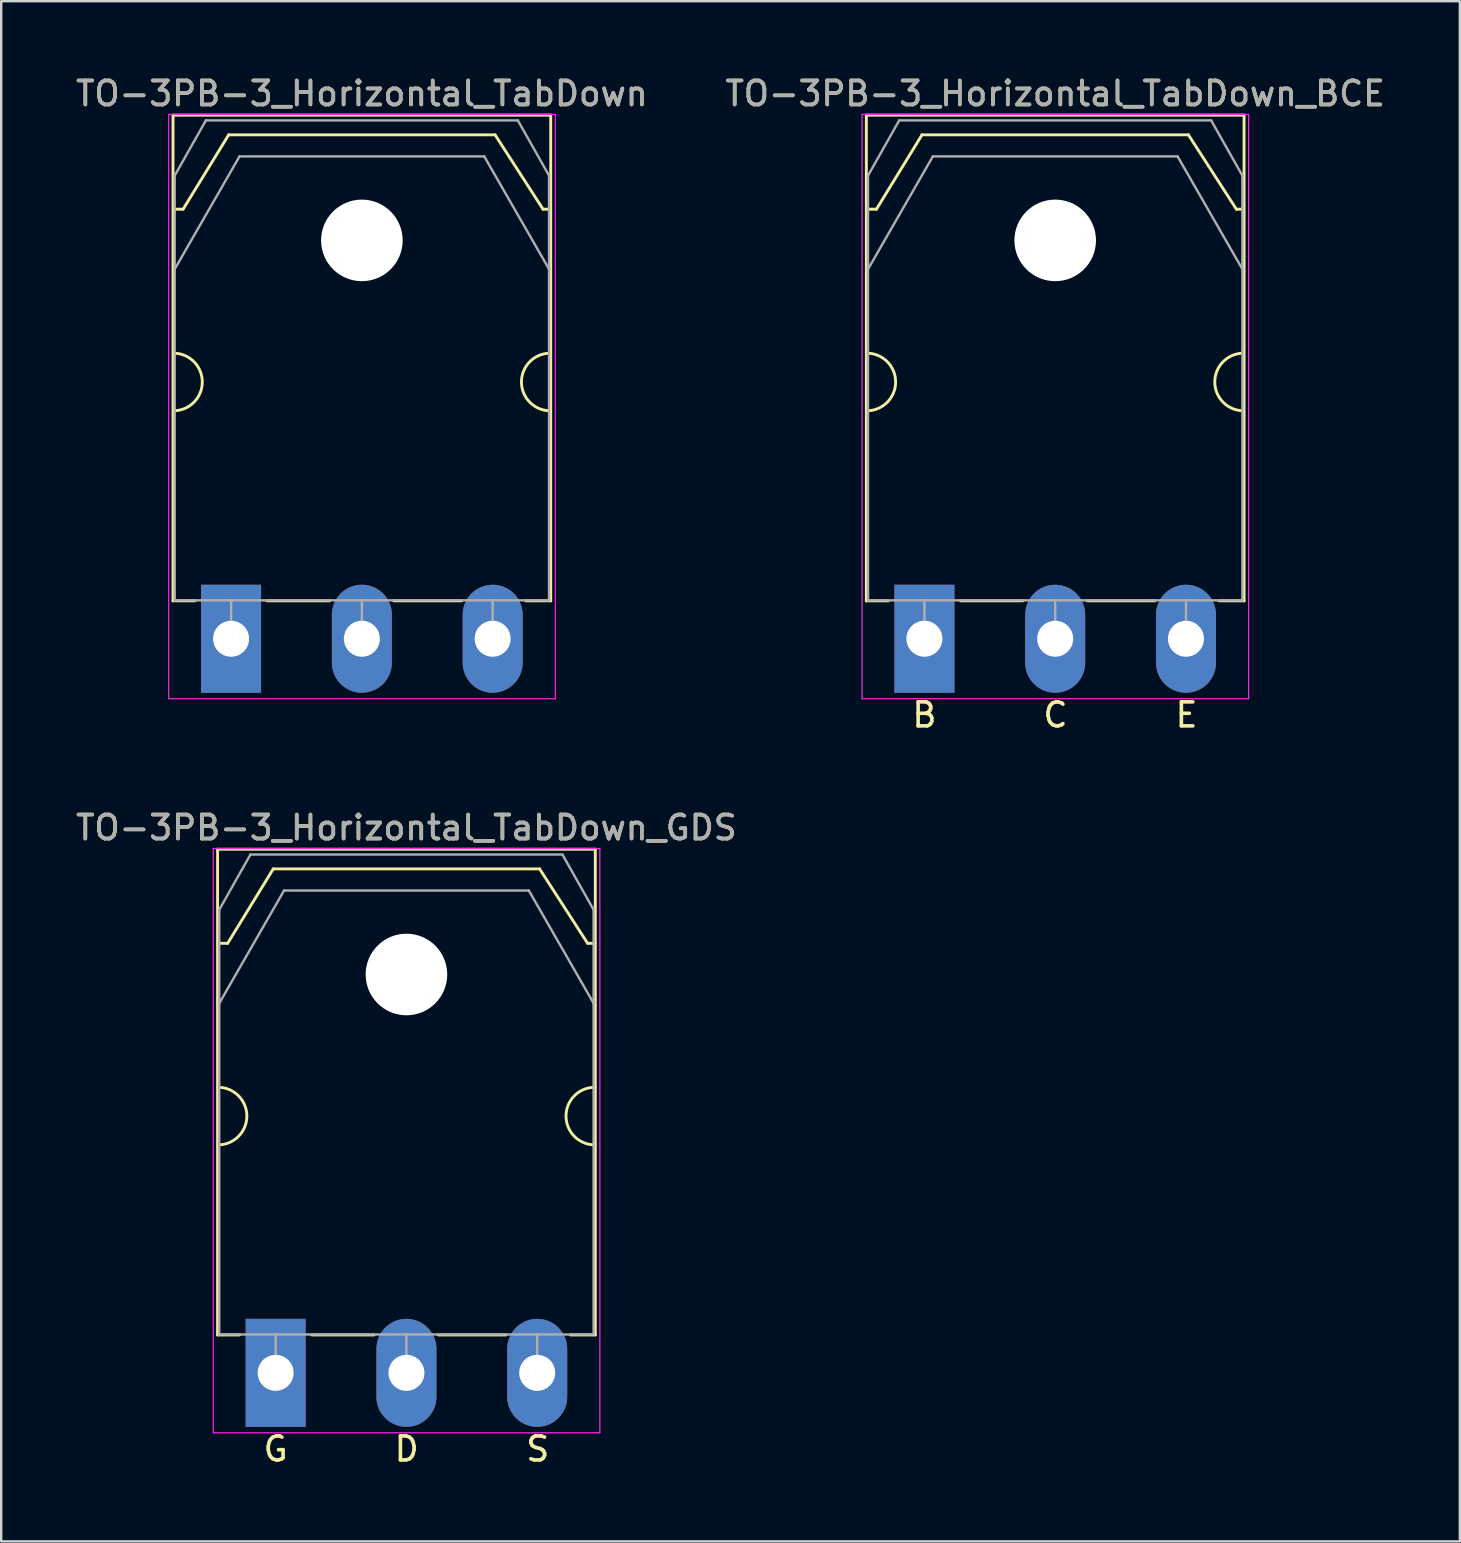
<source format=kicad_pcb>
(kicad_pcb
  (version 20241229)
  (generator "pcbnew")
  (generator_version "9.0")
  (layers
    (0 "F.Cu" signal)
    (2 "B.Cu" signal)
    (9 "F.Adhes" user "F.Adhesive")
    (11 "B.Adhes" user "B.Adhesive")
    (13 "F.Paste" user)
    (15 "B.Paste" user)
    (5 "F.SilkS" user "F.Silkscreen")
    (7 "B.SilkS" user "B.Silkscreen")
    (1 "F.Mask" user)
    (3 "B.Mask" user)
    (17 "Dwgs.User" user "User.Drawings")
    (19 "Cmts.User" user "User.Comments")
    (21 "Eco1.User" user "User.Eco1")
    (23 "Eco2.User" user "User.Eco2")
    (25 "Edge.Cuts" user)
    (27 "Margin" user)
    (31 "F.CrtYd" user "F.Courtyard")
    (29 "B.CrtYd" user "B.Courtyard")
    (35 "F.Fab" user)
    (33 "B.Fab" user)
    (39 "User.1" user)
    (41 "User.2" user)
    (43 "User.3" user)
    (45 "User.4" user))
  (footprint "TO-3PB-3_Horizontal_TabDown_BCE"
    (layer "F.Cu")
    (at 35.473 23.568)
    (property "Reference" "TO-3PB-3_Horizontal_TabDown_BCE" (at 5.45 -22.72 0) (layer "F.SilkS") (effects (font (size 1 1) (thickness 0.15))))
    (fp_line (start -2.42 -21.82) (end -2.42 -1.58) (stroke (width 0.12) (type solid)) (layer "F.SilkS"))
    (fp_line (start -2.42 -21.82) (end 13.32 -21.82) (stroke (width 0.12) (type solid)) (layer "F.SilkS"))
    (fp_line (start -2.42 -1.58) (end -1.5 -1.58) (stroke (width 0.12) (type solid)) (layer "F.SilkS"))
    (fp_line (start -2 -17.9) (end -2.4 -17.9) (stroke (width 0.12) (type solid)) (layer "F.SilkS"))
    (fp_line (start -2 -17.9) (end -0.1 -21) (stroke (width 0.12) (type solid)) (layer "F.SilkS"))
    (fp_line (start -0.1 -21) (end 11 -21) (stroke (width 0.12) (type solid)) (layer "F.SilkS"))
    (fp_line (start 1.5 -1.58) (end 4.1 -1.58) (stroke (width 0.12) (type solid)) (layer "F.SilkS"))
    (fp_line (start 6.78 -1.58) (end 9.6 -1.58) (stroke (width 0.12) (type solid)) (layer "F.SilkS"))
    (fp_line (start 11 -21) (end 13 -17.9) (stroke (width 0.12) (type solid)) (layer "F.SilkS"))
    (fp_line (start 12.28 -1.58) (end 13.32 -1.58) (stroke (width 0.12) (type solid)) (layer "F.SilkS"))
    (fp_line (start 13 -17.9) (end 13.3 -17.9) (stroke (width 0.12) (type solid)) (layer "F.SilkS"))
    (fp_line (start 13.32 -21.82) (end 13.32 -1.58) (stroke (width 0.12) (type solid)) (layer "F.SilkS"))
    (fp_arc (start -2.4 -11.9) (mid -1.2 -10.7) (end -2.4 -9.5) (stroke (width 0.12) (type solid)) (layer "F.SilkS"))
    (fp_arc (start 13.3 -9.5) (mid 12.1 -10.7) (end 13.3 -11.9) (stroke (width 0.12) (type solid)) (layer "F.SilkS"))
    (fp_line (start -2.6 -21.85) (end -2.6 2.5) (stroke (width 0.05) (type solid)) (layer "F.CrtYd"))
    (fp_line (start -2.6 2.5) (end 13.51 2.5) (stroke (width 0.05) (type solid)) (layer "F.CrtYd"))
    (fp_line (start 13.51 -21.85) (end -2.6 -21.85) (stroke (width 0.05) (type solid)) (layer "F.CrtYd"))
    (fp_line (start 13.51 2.5) (end 13.51 -21.85) (stroke (width 0.05) (type solid)) (layer "F.CrtYd"))
    (fp_line (start -2.35 -19.3) (end -1.05 -21.6) (stroke (width 0.1) (type solid)) (layer "F.Fab"))
    (fp_line (start -2.35 -15.401) (end -2.35 -19.3) (stroke (width 0.1) (type solid)) (layer "F.Fab"))
    (fp_line (start -2.35 -15.401) (end 0.351 -20.1) (stroke (width 0.1) (type solid)) (layer "F.Fab"))
    (fp_line (start -2.35 -1.6) (end -2.35 -15.401) (stroke (width 0.1) (type solid)) (layer "F.Fab"))
    (fp_line (start -1.05 -21.6) (end 11.95 -21.6) (stroke (width 0.1) (type solid)) (layer "F.Fab"))
    (fp_line (start 0 -1.6) (end 0 0) (stroke (width 0.1) (type solid)) (layer "F.Fab"))
    (fp_line (start 0.351 -20.1) (end 10.55 -20.1) (stroke (width 0.1) (type solid)) (layer "F.Fab"))
    (fp_line (start 5.45 -1.6) (end 5.45 0) (stroke (width 0.1) (type solid)) (layer "F.Fab"))
    (fp_line (start 10.55 -20.1) (end 13.25 -15.401) (stroke (width 0.1) (type solid)) (layer "F.Fab"))
    (fp_line (start 10.9 -1.6) (end 10.9 0) (stroke (width 0.1) (type solid)) (layer "F.Fab"))
    (fp_line (start 11.95 -21.6) (end 13.25 -19.3) (stroke (width 0.1) (type solid)) (layer "F.Fab"))
    (fp_line (start 13.25 -19.3) (end 13.25 -15.401) (stroke (width 0.1) (type solid)) (layer "F.Fab"))
    (fp_line (start 13.25 -15.401) (end 13.25 -1.6) (stroke (width 0.1) (type solid)) (layer "F.Fab"))
    (fp_line (start 13.25 -1.6) (end -2.35 -1.6) (stroke (width 0.1) (type solid)) (layer "F.Fab"))
    (fp_circle (center 5.45 -16.6) (end 7.05 -16.6) (stroke (width 0.1) (type solid)) (fill no) (layer "F.Fab"))
    (fp_text user "E" (at 10.922 3.175 0) (unlocked yes) (layer "F.SilkS") (effects (font (size 1 1) (thickness 0.15))))
    (fp_text user "B" (at 0 3.175 0) (unlocked yes) (layer "F.SilkS") (effects (font (size 1 1) (thickness 0.15))))
    (fp_text user "C" (at 5.461 3.175 0) (unlocked yes) (layer "F.SilkS") (effects (font (size 1 1) (thickness 0.15))))
    (fp_text user "${REFERENCE}" (at 5.45 -22.72 0) (layer "F.Fab") (effects (font (size 1 1) (thickness 0.15))))
    (pad "" np_thru_hole oval (at 5.45 -16.6) (size 3.4 3.4) (drill 3.4) (layers "*.Cu" "*.Mask"))
    (pad "1" thru_hole rect (at 0 0) (size 2.5 4.5) (drill 1.5) (layers "*.Cu" "*.Mask"))
    (pad "2" thru_hole oval (at 5.45 0) (size 2.5 4.5) (drill 1.5) (layers "*.Cu" "*.Mask"))
    (pad "3" thru_hole oval (at 10.9 0) (size 2.5 4.5) (drill 1.5) (layers "*.Cu" "*.Mask")))
  (footprint "TO-3PB-3_Horizontal_TabDown"
    (layer "F.Cu")
    (at 6.58 23.568)
    (property "Reference" "TO-3PB-3_Horizontal_TabDown" (at 5.45 -22.72 0) (layer "F.SilkS") (effects (font (size 1 1) (thickness 0.15))))
    (attr through_hole)
    (fp_line (start -2.42 -21.82) (end -2.42 -1.58) (stroke (width 0.12) (type solid)) (layer "F.SilkS"))
    (fp_line (start -2.42 -21.82) (end 13.32 -21.82) (stroke (width 0.12) (type solid)) (layer "F.SilkS"))
    (fp_line (start -2.42 -1.58) (end -1.5 -1.58) (stroke (width 0.12) (type solid)) (layer "F.SilkS"))
    (fp_line (start -2 -17.9) (end -2.4 -17.9) (stroke (width 0.12) (type solid)) (layer "F.SilkS"))
    (fp_line (start -2 -17.9) (end -0.1 -21) (stroke (width 0.12) (type solid)) (layer "F.SilkS"))
    (fp_line (start -0.1 -21) (end 11 -21) (stroke (width 0.12) (type solid)) (layer "F.SilkS"))
    (fp_line (start 1.5 -1.58) (end 4.1 -1.58) (stroke (width 0.12) (type solid)) (layer "F.SilkS"))
    (fp_line (start 6.78 -1.58) (end 9.6 -1.58) (stroke (width 0.12) (type solid)) (layer "F.SilkS"))
    (fp_line (start 11 -21) (end 13 -17.9) (stroke (width 0.12) (type solid)) (layer "F.SilkS"))
    (fp_line (start 12.28 -1.58) (end 13.32 -1.58) (stroke (width 0.12) (type solid)) (layer "F.SilkS"))
    (fp_line (start 13 -17.9) (end 13.3 -17.9) (stroke (width 0.12) (type solid)) (layer "F.SilkS"))
    (fp_line (start 13.32 -21.82) (end 13.32 -1.58) (stroke (width 0.12) (type solid)) (layer "F.SilkS"))
    (fp_arc (start -2.4 -11.9) (mid -1.2 -10.7) (end -2.4 -9.5) (stroke (width 0.12) (type solid)) (layer "F.SilkS"))
    (fp_arc (start 13.3 -9.5) (mid 12.1 -10.7) (end 13.3 -11.9) (stroke (width 0.12) (type solid)) (layer "F.SilkS"))
    (fp_line (start -2.6 -21.85) (end -2.6 2.5) (stroke (width 0.05) (type solid)) (layer "F.CrtYd"))
    (fp_line (start -2.6 2.5) (end 13.51 2.5) (stroke (width 0.05) (type solid)) (layer "F.CrtYd"))
    (fp_line (start 13.51 -21.85) (end -2.6 -21.85) (stroke (width 0.05) (type solid)) (layer "F.CrtYd"))
    (fp_line (start 13.51 2.5) (end 13.51 -21.85) (stroke (width 0.05) (type solid)) (layer "F.CrtYd"))
    (fp_line (start -2.35 -19.3) (end -1.05 -21.6) (stroke (width 0.1) (type solid)) (layer "F.Fab"))
    (fp_line (start -2.35 -15.401) (end -2.35 -19.3) (stroke (width 0.1) (type solid)) (layer "F.Fab"))
    (fp_line (start -2.35 -15.401) (end 0.351 -20.1) (stroke (width 0.1) (type solid)) (layer "F.Fab"))
    (fp_line (start -2.35 -1.6) (end -2.35 -15.401) (stroke (width 0.1) (type solid)) (layer "F.Fab"))
    (fp_line (start -1.05 -21.6) (end 11.95 -21.6) (stroke (width 0.1) (type solid)) (layer "F.Fab"))
    (fp_line (start 0 -1.6) (end 0 0) (stroke (width 0.1) (type solid)) (layer "F.Fab"))
    (fp_line (start 0.351 -20.1) (end 10.55 -20.1) (stroke (width 0.1) (type solid)) (layer "F.Fab"))
    (fp_line (start 5.45 -1.6) (end 5.45 0) (stroke (width 0.1) (type solid)) (layer "F.Fab"))
    (fp_line (start 10.55 -20.1) (end 13.25 -15.401) (stroke (width 0.1) (type solid)) (layer "F.Fab"))
    (fp_line (start 10.9 -1.6) (end 10.9 0) (stroke (width 0.1) (type solid)) (layer "F.Fab"))
    (fp_line (start 11.95 -21.6) (end 13.25 -19.3) (stroke (width 0.1) (type solid)) (layer "F.Fab"))
    (fp_line (start 13.25 -19.3) (end 13.25 -15.401) (stroke (width 0.1) (type solid)) (layer "F.Fab"))
    (fp_line (start 13.25 -15.401) (end 13.25 -1.6) (stroke (width 0.1) (type solid)) (layer "F.Fab"))
    (fp_line (start 13.25 -1.6) (end -2.35 -1.6) (stroke (width 0.1) (type solid)) (layer "F.Fab"))
    (fp_circle (center 5.45 -16.6) (end 7.05 -16.6) (stroke (width 0.1) (type solid)) (fill no) (layer "F.Fab"))
    (fp_text user "${REFERENCE}" (at 5.45 -22.72 0) (layer "F.Fab") (effects (font (size 1 1) (thickness 0.15))))
    (pad "" np_thru_hole oval (at 5.45 -16.6) (size 3.4 3.4) (drill 3.4) (layers "*.Cu" "*.Mask"))
    (pad "1" thru_hole rect (at 0 0) (size 2.5 4.5) (drill 1.5) (layers "*.Cu" "*.Mask"))
    (pad "2" thru_hole oval (at 5.45 0) (size 2.5 4.5) (drill 1.5) (layers "*.Cu" "*.Mask"))
    (pad "3" thru_hole oval (at 10.9 0) (size 2.5 4.5) (drill 1.5) (layers "*.Cu" "*.Mask")))
  (footprint "TO-3PB-3_Horizontal_TabDown_GDS"
    (layer "F.Cu")
    (at 8.437 54.16)
    (property "Reference" "TO-3PB-3_Horizontal_TabDown_GDS" (at 5.45 -22.72 0) (layer "F.SilkS") (effects (font (size 1 1) (thickness 0.15))))
    (fp_line (start -2.42 -21.82) (end -2.42 -1.58) (stroke (width 0.12) (type solid)) (layer "F.SilkS"))
    (fp_line (start -2.42 -21.82) (end 13.32 -21.82) (stroke (width 0.12) (type solid)) (layer "F.SilkS"))
    (fp_line (start -2.42 -1.58) (end -1.5 -1.58) (stroke (width 0.12) (type solid)) (layer "F.SilkS"))
    (fp_line (start -2 -17.9) (end -2.4 -17.9) (stroke (width 0.12) (type solid)) (layer "F.SilkS"))
    (fp_line (start -2 -17.9) (end -0.1 -21) (stroke (width 0.12) (type solid)) (layer "F.SilkS"))
    (fp_line (start -0.1 -21) (end 11 -21) (stroke (width 0.12) (type solid)) (layer "F.SilkS"))
    (fp_line (start 1.5 -1.58) (end 4.1 -1.58) (stroke (width 0.12) (type solid)) (layer "F.SilkS"))
    (fp_line (start 6.78 -1.58) (end 9.6 -1.58) (stroke (width 0.12) (type solid)) (layer "F.SilkS"))
    (fp_line (start 11 -21) (end 13 -17.9) (stroke (width 0.12) (type solid)) (layer "F.SilkS"))
    (fp_line (start 12.28 -1.58) (end 13.32 -1.58) (stroke (width 0.12) (type solid)) (layer "F.SilkS"))
    (fp_line (start 13 -17.9) (end 13.3 -17.9) (stroke (width 0.12) (type solid)) (layer "F.SilkS"))
    (fp_line (start 13.32 -21.82) (end 13.32 -1.58) (stroke (width 0.12) (type solid)) (layer "F.SilkS"))
    (fp_arc (start -2.4 -11.9) (mid -1.2 -10.7) (end -2.4 -9.5) (stroke (width 0.12) (type solid)) (layer "F.SilkS"))
    (fp_arc (start 13.3 -9.5) (mid 12.1 -10.7) (end 13.3 -11.9) (stroke (width 0.12) (type solid)) (layer "F.SilkS"))
    (fp_line (start -2.6 -21.85) (end -2.6 2.5) (stroke (width 0.05) (type solid)) (layer "F.CrtYd"))
    (fp_line (start -2.6 2.5) (end 13.51 2.5) (stroke (width 0.05) (type solid)) (layer "F.CrtYd"))
    (fp_line (start 13.51 -21.85) (end -2.6 -21.85) (stroke (width 0.05) (type solid)) (layer "F.CrtYd"))
    (fp_line (start 13.51 2.5) (end 13.51 -21.85) (stroke (width 0.05) (type solid)) (layer "F.CrtYd"))
    (fp_line (start -2.35 -19.3) (end -1.05 -21.6) (stroke (width 0.1) (type solid)) (layer "F.Fab"))
    (fp_line (start -2.35 -15.401) (end -2.35 -19.3) (stroke (width 0.1) (type solid)) (layer "F.Fab"))
    (fp_line (start -2.35 -15.401) (end 0.351 -20.1) (stroke (width 0.1) (type solid)) (layer "F.Fab"))
    (fp_line (start -2.35 -1.6) (end -2.35 -15.401) (stroke (width 0.1) (type solid)) (layer "F.Fab"))
    (fp_line (start -1.05 -21.6) (end 11.95 -21.6) (stroke (width 0.1) (type solid)) (layer "F.Fab"))
    (fp_line (start 0 -1.6) (end 0 0) (stroke (width 0.1) (type solid)) (layer "F.Fab"))
    (fp_line (start 0.351 -20.1) (end 10.55 -20.1) (stroke (width 0.1) (type solid)) (layer "F.Fab"))
    (fp_line (start 5.45 -1.6) (end 5.45 0) (stroke (width 0.1) (type solid)) (layer "F.Fab"))
    (fp_line (start 10.55 -20.1) (end 13.25 -15.401) (stroke (width 0.1) (type solid)) (layer "F.Fab"))
    (fp_line (start 10.9 -1.6) (end 10.9 0) (stroke (width 0.1) (type solid)) (layer "F.Fab"))
    (fp_line (start 11.95 -21.6) (end 13.25 -19.3) (stroke (width 0.1) (type solid)) (layer "F.Fab"))
    (fp_line (start 13.25 -19.3) (end 13.25 -15.401) (stroke (width 0.1) (type solid)) (layer "F.Fab"))
    (fp_line (start 13.25 -15.401) (end 13.25 -1.6) (stroke (width 0.1) (type solid)) (layer "F.Fab"))
    (fp_line (start 13.25 -1.6) (end -2.35 -1.6) (stroke (width 0.1) (type solid)) (layer "F.Fab"))
    (fp_circle (center 5.45 -16.6) (end 7.05 -16.6) (stroke (width 0.1) (type solid)) (fill no) (layer "F.Fab"))
    (fp_text user "G" (at 0 3.175 0) (unlocked yes) (layer "F.SilkS") (effects (font (size 1 1) (thickness 0.15))))
    (fp_text user "S" (at 10.922 3.175 0) (unlocked yes) (layer "F.SilkS") (effects (font (size 1 1) (thickness 0.15))))
    (fp_text user "D" (at 5.461 3.175 0) (unlocked yes) (layer "F.SilkS") (effects (font (size 1 1) (thickness 0.15))))
    (fp_text user "${REFERENCE}" (at 5.45 -22.72 0) (layer "F.Fab") (effects (font (size 1 1) (thickness 0.15))))
    (pad "" np_thru_hole oval (at 5.45 -16.6) (size 3.4 3.4) (drill 3.4) (layers "*.Cu" "*.Mask"))
    (pad "1" thru_hole rect (at 0 0) (size 2.5 4.5) (drill 1.5) (layers "*.Cu" "*.Mask"))
    (pad "2" thru_hole oval (at 5.45 0) (size 2.5 4.5) (drill 1.5) (layers "*.Cu" "*.Mask"))
    (pad "3" thru_hole oval (at 10.9 0) (size 2.5 4.5) (drill 1.5) (layers "*.Cu" "*.Mask")))
  (gr_rect
    (start -3 -3)
    (end 57.786 61.183)
    (stroke (width 0.1) (type default))
    (fill no)
    (layer "Edge.Cuts")))
</source>
